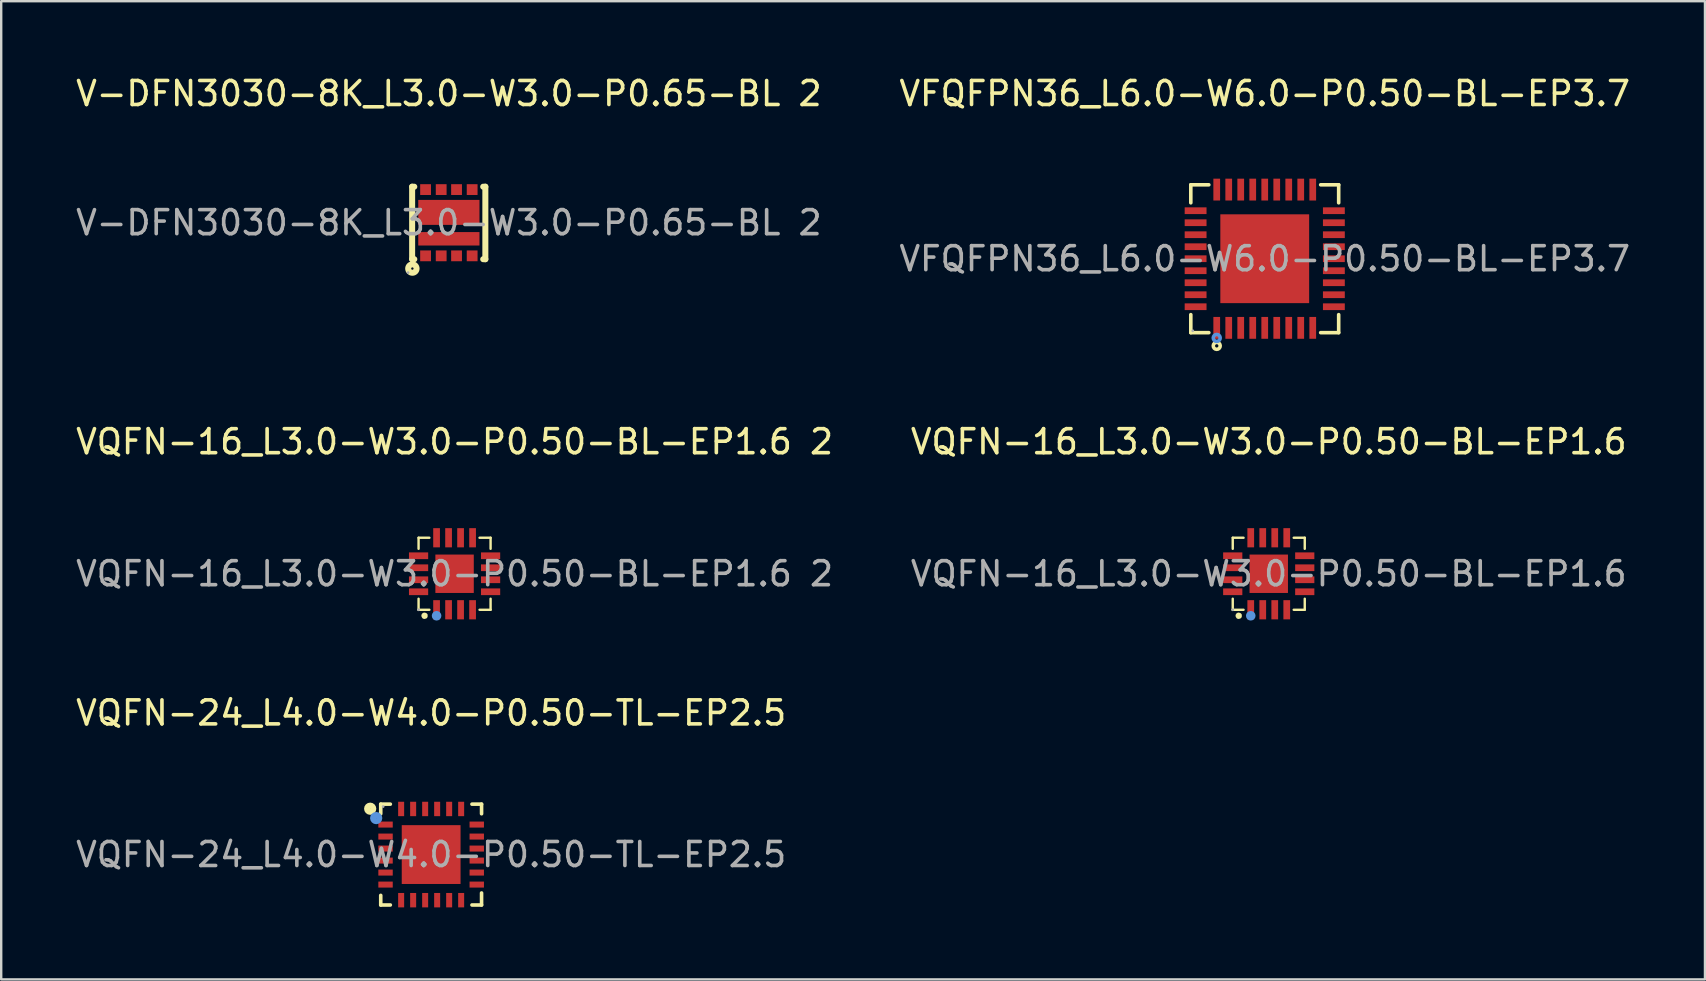
<source format=kicad_pcb>
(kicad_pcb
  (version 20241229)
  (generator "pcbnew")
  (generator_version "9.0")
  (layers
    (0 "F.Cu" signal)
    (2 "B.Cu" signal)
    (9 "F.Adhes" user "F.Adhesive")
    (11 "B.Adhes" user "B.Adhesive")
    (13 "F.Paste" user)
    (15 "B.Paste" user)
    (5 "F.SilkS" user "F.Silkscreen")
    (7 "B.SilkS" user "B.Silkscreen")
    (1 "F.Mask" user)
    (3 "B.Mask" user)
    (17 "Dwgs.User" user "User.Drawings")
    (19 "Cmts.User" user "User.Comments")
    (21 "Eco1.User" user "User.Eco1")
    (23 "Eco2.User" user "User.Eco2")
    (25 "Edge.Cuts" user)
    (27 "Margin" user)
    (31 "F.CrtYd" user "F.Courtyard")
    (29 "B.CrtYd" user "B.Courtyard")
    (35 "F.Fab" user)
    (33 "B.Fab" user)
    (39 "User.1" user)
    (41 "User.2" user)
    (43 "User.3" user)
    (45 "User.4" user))
  (footprint "VQFN-16_L3.0-W3.0-P0.50-BL-EP1.6"
    (layer "F.Cu")
    (at 49.804 20.852)
    (property "Reference" "VQFN-16_L3.0-W3.0-P0.50-BL-EP1.6" (at 0 -5.5 0) (layer "F.SilkS") (effects (font (size 1 1) (thickness 0.15))))
    (attr smd)
    (fp_line (start -1.5 -1.5) (end -1.5 -1.04) (stroke (width 0.1) (type solid)) (layer "F.SilkS"))
    (fp_line (start -1.5 -1.5) (end -1.05 -1.5) (stroke (width 0.1) (type solid)) (layer "F.SilkS"))
    (fp_line (start -1.5 1.04) (end -1.5 1.5) (stroke (width 0.1) (type solid)) (layer "F.SilkS"))
    (fp_line (start -1.5 1.5) (end -1.05 1.5) (stroke (width 0.1) (type solid)) (layer "F.SilkS"))
    (fp_line (start 1.04 -1.5) (end 1.5 -1.5) (stroke (width 0.1) (type solid)) (layer "F.SilkS"))
    (fp_line (start 1.04 1.5) (end 1.5 1.5) (stroke (width 0.1) (type solid)) (layer "F.SilkS"))
    (fp_line (start 1.5 -1.04) (end 1.5 -1.5) (stroke (width 0.1) (type solid)) (layer "F.SilkS"))
    (fp_line (start 1.5 1.5) (end 1.5 1.04) (stroke (width 0.1) (type solid)) (layer "F.SilkS"))
    (fp_arc (start -1.25 1.74) (mid -1.245 1.75866) (end -1.25866 1.745) (stroke (width 0.25) (type solid)) (layer "F.SilkS"))
    (fp_circle (center -0.75 1.75) (end -0.65 1.75) (stroke (width 0.2) (type solid)) (fill no) (layer "Cmts.User"))
    (fp_circle (center -1.5 1.5) (end -1.47 1.5) (stroke (width 0.06) (type solid)) (fill no) (layer "F.Fab"))
    (fp_text user "${REFERENCE}" (at 0 0 0) (layer "F.Fab") (effects (font (size 1 1) (thickness 0.15))))
    (pad "1" smd rect (at -0.75 1.5) (size 0.28 0.8) (layers "F.Cu" "F.Mask" "F.Paste"))
    (pad "2" smd rect (at -0.25 1.5) (size 0.28 0.8) (layers "F.Cu" "F.Mask" "F.Paste"))
    (pad "3" smd rect (at 0.25 1.5) (size 0.28 0.8) (layers "F.Cu" "F.Mask" "F.Paste"))
    (pad "4" smd rect (at 0.75 1.5) (size 0.28 0.8) (layers "F.Cu" "F.Mask" "F.Paste"))
    (pad "5" smd rect (at 1.5 0.75) (size 0.8 0.28) (layers "F.Cu" "F.Mask" "F.Paste"))
    (pad "6" smd rect (at 1.5 0.25) (size 0.8 0.28) (layers "F.Cu" "F.Mask" "F.Paste"))
    (pad "7" smd rect (at 1.5 -0.25) (size 0.8 0.28) (layers "F.Cu" "F.Mask" "F.Paste"))
    (pad "8" smd rect (at 1.5 -0.75) (size 0.8 0.28) (layers "F.Cu" "F.Mask" "F.Paste"))
    (pad "9" smd rect (at 0.75 -1.5) (size 0.28 0.8) (layers "F.Cu" "F.Mask" "F.Paste"))
    (pad "10" smd rect (at 0.25 -1.5) (size 0.28 0.8) (layers "F.Cu" "F.Mask" "F.Paste"))
    (pad "11" smd rect (at -0.25 -1.5) (size 0.28 0.8) (layers "F.Cu" "F.Mask" "F.Paste"))
    (pad "12" smd rect (at -0.75 -1.5) (size 0.28 0.8) (layers "F.Cu" "F.Mask" "F.Paste"))
    (pad "13" smd rect (at -1.5 -0.75) (size 0.8 0.28) (layers "F.Cu" "F.Mask" "F.Paste"))
    (pad "14" smd rect (at -1.5 -0.25) (size 0.8 0.28) (layers "F.Cu" "F.Mask" "F.Paste"))
    (pad "15" smd rect (at -1.5 0.25) (size 0.8 0.28) (layers "F.Cu" "F.Mask" "F.Paste"))
    (pad "16" smd rect (at -1.5 0.75) (size 0.8 0.28) (layers "F.Cu" "F.Mask" "F.Paste"))
    (pad "17" smd rect (at 0 0 90) (size 1.6 1.6) (layers "F.Cu" "F.Mask" "F.Paste")))
  (footprint "VQFN-24_L4.0-W4.0-P0.50-TL-EP2.5"
    (layer "F.Cu")
    (at 14.911 32.55)
    (property "Reference" "VQFN-24_L4.0-W4.0-P0.50-TL-EP2.5" (at 0 -5.9 0) (layer "F.SilkS") (effects (font (size 1 1) (thickness 0.15))))
    (attr smd)
    (fp_line (start -2.1 -2.1) (end -1.7 -2.1) (stroke (width 0.15) (type solid)) (layer "F.SilkS"))
    (fp_line (start -2.1 -1.7) (end -2.1 -2.1) (stroke (width 0.15) (type solid)) (layer "F.SilkS"))
    (fp_line (start -2.1 1.7) (end -2.1 2.1) (stroke (width 0.15) (type solid)) (layer "F.SilkS"))
    (fp_line (start -2.1 2.1) (end -1.7 2.1) (stroke (width 0.15) (type solid)) (layer "F.SilkS"))
    (fp_line (start 1.7 -2.1) (end 2.1 -2.1) (stroke (width 0.15) (type solid)) (layer "F.SilkS"))
    (fp_line (start 2.1 -2.1) (end 2.1 -1.7) (stroke (width 0.15) (type solid)) (layer "F.SilkS"))
    (fp_line (start 2.1 1.6) (end 2.1 2.1) (stroke (width 0.15) (type solid)) (layer "F.SilkS"))
    (fp_line (start 2.1 2.1) (end 1.7 2.1) (stroke (width 0.15) (type solid)) (layer "F.SilkS"))
    (fp_circle (center -2.54 -1.91) (end -2.41 -1.91) (stroke (width 0.25) (type solid)) (fill no) (layer "F.SilkS"))
    (fp_circle (center -2.29 -1.52) (end -2.16 -1.52) (stroke (width 0.25) (type solid)) (fill no) (layer "Cmts.User"))
    (fp_circle (center -2 -2) (end -1.97 -2) (stroke (width 0.06) (type solid)) (fill no) (layer "F.Fab"))
    (fp_text user "${REFERENCE}" (at 0 0 0) (layer "F.Fab") (effects (font (size 1 1) (thickness 0.15))))
    (pad "1" smd rect (at -1.9 -1.25) (size 0.6 0.25) (layers "F.Cu" "F.Mask" "F.Paste"))
    (pad "2" smd rect (at -1.9 -0.75) (size 0.6 0.25) (layers "F.Cu" "F.Mask" "F.Paste"))
    (pad "3" smd rect (at -1.9 -0.25) (size 0.6 0.25) (layers "F.Cu" "F.Mask" "F.Paste"))
    (pad "4" smd rect (at -1.9 0.25) (size 0.6 0.25) (layers "F.Cu" "F.Mask" "F.Paste"))
    (pad "5" smd rect (at -1.9 0.75) (size 0.6 0.25) (layers "F.Cu" "F.Mask" "F.Paste"))
    (pad "6" smd rect (at -1.9 1.25) (size 0.6 0.25) (layers "F.Cu" "F.Mask" "F.Paste"))
    (pad "7" smd rect (at -1.25 1.9) (size 0.25 0.6) (layers "F.Cu" "F.Mask" "F.Paste"))
    (pad "8" smd rect (at -0.75 1.9) (size 0.25 0.6) (layers "F.Cu" "F.Mask" "F.Paste"))
    (pad "9" smd rect (at -0.25 1.9) (size 0.25 0.6) (layers "F.Cu" "F.Mask" "F.Paste"))
    (pad "10" smd rect (at 0.25 1.9) (size 0.25 0.6) (layers "F.Cu" "F.Mask" "F.Paste"))
    (pad "11" smd rect (at 0.75 1.9) (size 0.25 0.6) (layers "F.Cu" "F.Mask" "F.Paste"))
    (pad "12" smd rect (at 1.25 1.9) (size 0.25 0.6) (layers "F.Cu" "F.Mask" "F.Paste"))
    (pad "13" smd rect (at 1.9 1.25) (size 0.6 0.25) (layers "F.Cu" "F.Mask" "F.Paste"))
    (pad "14" smd rect (at 1.9 0.75) (size 0.6 0.25) (layers "F.Cu" "F.Mask" "F.Paste"))
    (pad "15" smd rect (at 1.9 0.25) (size 0.6 0.25) (layers "F.Cu" "F.Mask" "F.Paste"))
    (pad "16" smd rect (at 1.9 -0.25) (size 0.6 0.25) (layers "F.Cu" "F.Mask" "F.Paste"))
    (pad "17" smd rect (at 1.9 -0.75) (size 0.6 0.25) (layers "F.Cu" "F.Mask" "F.Paste"))
    (pad "18" smd rect (at 1.9 -1.25) (size 0.6 0.25) (layers "F.Cu" "F.Mask" "F.Paste"))
    (pad "19" smd rect (at 1.25 -1.9) (size 0.25 0.6) (layers "F.Cu" "F.Mask" "F.Paste"))
    (pad "20" smd rect (at 0.75 -1.9) (size 0.25 0.6) (layers "F.Cu" "F.Mask" "F.Paste"))
    (pad "21" smd rect (at 0.25 -1.9) (size 0.25 0.6) (layers "F.Cu" "F.Mask" "F.Paste"))
    (pad "22" smd rect (at -0.25 -1.9) (size 0.25 0.6) (layers "F.Cu" "F.Mask" "F.Paste"))
    (pad "23" smd rect (at -0.75 -1.9) (size 0.25 0.6) (layers "F.Cu" "F.Mask" "F.Paste"))
    (pad "24" smd rect (at -1.25 -1.9) (size 0.25 0.6) (layers "F.Cu" "F.Mask" "F.Paste"))
    (pad "25" smd rect (at 0 0) (size 2.45 2.45) (layers "F.Cu" "F.Mask" "F.Paste")))
  (footprint "V-DFN3030-8K_L3.0-W3.0-P0.65-BL 2"
    (layer "F.Cu")
    (at 15.649 6.228)
    (property "Reference" "V-DFN3030-8K_L3.0-W3.0-P0.65-BL 2" (at 0 -5.38 0) (layer "F.SilkS") (effects (font (size 1 1) (thickness 0.15))))
    (attr smd)
    (fp_line (start -1.53 -1.5) (end -1.53 1.52) (stroke (width 0.25) (type solid)) (layer "F.SilkS"))
    (fp_line (start -1.53 1.52) (end -1.44 1.52) (stroke (width 0.25) (type solid)) (layer "F.SilkS"))
    (fp_line (start -1.44 -1.5) (end -1.53 -1.5) (stroke (width 0.25) (type solid)) (layer "F.SilkS"))
    (fp_line (start 1.43 1.52) (end 1.52 1.52) (stroke (width 0.25) (type solid)) (layer "F.SilkS"))
    (fp_line (start 1.52 -1.5) (end 1.43 -1.5) (stroke (width 0.25) (type solid)) (layer "F.SilkS"))
    (fp_line (start 1.52 -1.5) (end 1.52 1.5) (stroke (width 0.15) (type solid)) (layer "F.SilkS"))
    (fp_line (start 1.52 1.52) (end 1.52 -1.5) (stroke (width 0.25) (type solid)) (layer "F.SilkS"))
    (fp_circle (center -1.52 1.91) (end -1.47 1.91) (stroke (width 0.25) (type solid)) (fill no) (layer "F.SilkS"))
    (fp_circle (center -1.7 2.08) (end -1.67 2.08) (stroke (width 0.06) (type solid)) (fill no) (layer "F.Fab"))
    (fp_text user "${REFERENCE}" (at 0 0 0) (layer "F.Fab") (effects (font (size 1 1) (thickness 0.15))))
    (pad "1" smd rect (at -0.97 1.38 90) (size 0.45 0.45) (layers "F.Cu" "F.Mask" "F.Paste"))
    (pad "2" smd rect (at -0.32 1.38 90) (size 0.45 0.45) (layers "F.Cu" "F.Mask" "F.Paste"))
    (pad "3" smd rect (at 0.32 1.38 90) (size 0.45 0.45) (layers "F.Cu" "F.Mask" "F.Paste"))
    (pad "4" smd rect (at 0.97 1.38 90) (size 0.45 0.45) (layers "F.Cu" "F.Mask" "F.Paste"))
    (pad "5" smd rect (at 0.97 -1.38 90) (size 0.45 0.45) (layers "F.Cu" "F.Mask" "F.Paste"))
    (pad "6" smd rect (at 0.32 -1.38 90) (size 0.45 0.45) (layers "F.Cu" "F.Mask" "F.Paste"))
    (pad "7" smd rect (at -0.32 -1.38 90) (size 0.45 0.45) (layers "F.Cu" "F.Mask" "F.Paste"))
    (pad "8" smd rect (at -0.97 -1.38 90) (size 0.45 0.45) (layers "F.Cu" "F.Mask" "F.Paste"))
    (pad "9" smd rect (at 0 -0.43 180) (size 2.55 1.04) (layers "F.Cu" "F.Mask" "F.Paste"))
    (pad "10" smd rect (at 0 0.67 180) (size 2.55 0.56) (layers "F.Cu" "F.Mask" "F.Paste")))
  (footprint "VQFN-16_L3.0-W3.0-P0.50-BL-EP1.6 2"
    (layer "F.Cu")
    (at 15.887 20.852)
    (property "Reference" "VQFN-16_L3.0-W3.0-P0.50-BL-EP1.6 2" (at 0 -5.5 0) (layer "F.SilkS") (effects (font (size 1 1) (thickness 0.15))))
    (attr smd)
    (fp_line (start -1.5 -1.5) (end -1.5 -1.04) (stroke (width 0.1) (type solid)) (layer "F.SilkS"))
    (fp_line (start -1.5 -1.5) (end -1.05 -1.5) (stroke (width 0.1) (type solid)) (layer "F.SilkS"))
    (fp_line (start -1.5 1.04) (end -1.5 1.5) (stroke (width 0.1) (type solid)) (layer "F.SilkS"))
    (fp_line (start -1.5 1.5) (end -1.05 1.5) (stroke (width 0.1) (type solid)) (layer "F.SilkS"))
    (fp_line (start 1.04 -1.5) (end 1.5 -1.5) (stroke (width 0.1) (type solid)) (layer "F.SilkS"))
    (fp_line (start 1.04 1.5) (end 1.5 1.5) (stroke (width 0.1) (type solid)) (layer "F.SilkS"))
    (fp_line (start 1.5 -1.04) (end 1.5 -1.5) (stroke (width 0.1) (type solid)) (layer "F.SilkS"))
    (fp_line (start 1.5 1.5) (end 1.5 1.04) (stroke (width 0.1) (type solid)) (layer "F.SilkS"))
    (fp_arc (start -1.25 1.74) (mid -1.245 1.75866) (end -1.25866 1.745) (stroke (width 0.25) (type solid)) (layer "F.SilkS"))
    (fp_circle (center -0.75 1.75) (end -0.65 1.75) (stroke (width 0.2) (type solid)) (fill no) (layer "Cmts.User"))
    (fp_circle (center -1.5 1.5) (end -1.47 1.5) (stroke (width 0.06) (type solid)) (fill no) (layer "F.Fab"))
    (fp_text user "${REFERENCE}" (at 0 0 0) (layer "F.Fab") (effects (font (size 1 1) (thickness 0.15))))
    (pad "1" smd rect (at -0.75 1.5) (size 0.28 0.8) (layers "F.Cu" "F.Mask" "F.Paste"))
    (pad "2" smd rect (at -0.25 1.5) (size 0.28 0.8) (layers "F.Cu" "F.Mask" "F.Paste"))
    (pad "3" smd rect (at 0.25 1.5) (size 0.28 0.8) (layers "F.Cu" "F.Mask" "F.Paste"))
    (pad "4" smd rect (at 0.75 1.5) (size 0.28 0.8) (layers "F.Cu" "F.Mask" "F.Paste"))
    (pad "5" smd rect (at 1.5 0.75) (size 0.8 0.28) (layers "F.Cu" "F.Mask" "F.Paste"))
    (pad "6" smd rect (at 1.5 0.25) (size 0.8 0.28) (layers "F.Cu" "F.Mask" "F.Paste"))
    (pad "7" smd rect (at 1.5 -0.25) (size 0.8 0.28) (layers "F.Cu" "F.Mask" "F.Paste"))
    (pad "8" smd rect (at 1.5 -0.75) (size 0.8 0.28) (layers "F.Cu" "F.Mask" "F.Paste"))
    (pad "9" smd rect (at 0.75 -1.5) (size 0.28 0.8) (layers "F.Cu" "F.Mask" "F.Paste"))
    (pad "10" smd rect (at 0.25 -1.5) (size 0.28 0.8) (layers "F.Cu" "F.Mask" "F.Paste"))
    (pad "11" smd rect (at -0.25 -1.5) (size 0.28 0.8) (layers "F.Cu" "F.Mask" "F.Paste"))
    (pad "12" smd rect (at -0.75 -1.5) (size 0.28 0.8) (layers "F.Cu" "F.Mask" "F.Paste"))
    (pad "13" smd rect (at -1.5 -0.75) (size 0.8 0.28) (layers "F.Cu" "F.Mask" "F.Paste"))
    (pad "14" smd rect (at -1.5 -0.25) (size 0.8 0.28) (layers "F.Cu" "F.Mask" "F.Paste"))
    (pad "15" smd rect (at -1.5 0.25) (size 0.8 0.28) (layers "F.Cu" "F.Mask" "F.Paste"))
    (pad "16" smd rect (at -1.5 0.75) (size 0.8 0.28) (layers "F.Cu" "F.Mask" "F.Paste"))
    (pad "17" smd rect (at 0 0 90) (size 1.6 1.6) (layers "F.Cu" "F.Mask" "F.Paste")))
  (footprint "VFQFPN36_L6.0-W6.0-P0.50-BL-EP3.7"
    (layer "F.Cu")
    (at 49.637 7.728)
    (property "Reference" "VFQFPN36_L6.0-W6.0-P0.50-BL-EP3.7" (at 0 -6.88 0) (layer "F.SilkS") (effects (font (size 1 1) (thickness 0.15))))
    (attr smd)
    (fp_line (start -3.08 -3.08) (end -2.33 -3.08) (stroke (width 0.15) (type solid)) (layer "F.SilkS"))
    (fp_line (start -3.08 -2.33) (end -3.08 -3.08) (stroke (width 0.15) (type solid)) (layer "F.SilkS"))
    (fp_line (start -3.08 2.33) (end -3.08 3.08) (stroke (width 0.15) (type solid)) (layer "F.SilkS"))
    (fp_line (start -3.08 3.08) (end -2.33 3.08) (stroke (width 0.15) (type solid)) (layer "F.SilkS"))
    (fp_line (start 3.08 -3.08) (end 2.33 -3.08) (stroke (width 0.15) (type solid)) (layer "F.SilkS"))
    (fp_line (start 3.08 -2.33) (end 3.08 -3.08) (stroke (width 0.15) (type solid)) (layer "F.SilkS"))
    (fp_line (start 3.08 2.33) (end 3.08 3.08) (stroke (width 0.15) (type solid)) (layer "F.SilkS"))
    (fp_line (start 3.08 3.08) (end 2.33 3.08) (stroke (width 0.15) (type solid)) (layer "F.SilkS"))
    (fp_circle (center -2 3.63) (end -1.93 3.63) (stroke (width 0.15) (type solid)) (fill no) (layer "F.SilkS"))
    (fp_circle (center -2 3.3) (end -1.93 3.3) (stroke (width 0.15) (type solid)) (fill no) (layer "Cmts.User"))
    (fp_circle (center -3 3) (end -2.97 3) (stroke (width 0.06) (type solid)) (fill no) (layer "F.Fab"))
    (fp_text user "${REFERENCE}" (at 0 0 0) (layer "F.Fab") (effects (font (size 1 1) (thickness 0.15))))
    (pad "1" smd rect (at -2 2.88) (size 0.28 0.91) (layers "F.Cu" "F.Mask" "F.Paste"))
    (pad "2" smd rect (at -1.5 2.88) (size 0.28 0.91) (layers "F.Cu" "F.Mask" "F.Paste"))
    (pad "3" smd rect (at -1 2.88) (size 0.28 0.91) (layers "F.Cu" "F.Mask" "F.Paste"))
    (pad "4" smd rect (at -0.5 2.88) (size 0.28 0.91) (layers "F.Cu" "F.Mask" "F.Paste"))
    (pad "5" smd rect (at 0 2.88) (size 0.28 0.91) (layers "F.Cu" "F.Mask" "F.Paste"))
    (pad "6" smd rect (at 0.5 2.88) (size 0.28 0.91) (layers "F.Cu" "F.Mask" "F.Paste"))
    (pad "7" smd rect (at 1 2.88) (size 0.28 0.91) (layers "F.Cu" "F.Mask" "F.Paste"))
    (pad "8" smd rect (at 1.5 2.88) (size 0.28 0.91) (layers "F.Cu" "F.Mask" "F.Paste"))
    (pad "9" smd rect (at 2 2.88) (size 0.28 0.91) (layers "F.Cu" "F.Mask" "F.Paste"))
    (pad "10" smd rect (at 2.88 2) (size 0.91 0.28) (layers "F.Cu" "F.Mask" "F.Paste"))
    (pad "11" smd rect (at 2.88 1.5) (size 0.91 0.28) (layers "F.Cu" "F.Mask" "F.Paste"))
    (pad "12" smd rect (at 2.88 1) (size 0.91 0.28) (layers "F.Cu" "F.Mask" "F.Paste"))
    (pad "13" smd rect (at 2.88 0.5) (size 0.91 0.28) (layers "F.Cu" "F.Mask" "F.Paste"))
    (pad "14" smd rect (at 2.88 0) (size 0.91 0.28) (layers "F.Cu" "F.Mask" "F.Paste"))
    (pad "15" smd rect (at 2.88 -0.5) (size 0.91 0.28) (layers "F.Cu" "F.Mask" "F.Paste"))
    (pad "16" smd rect (at 2.88 -1) (size 0.91 0.28) (layers "F.Cu" "F.Mask" "F.Paste"))
    (pad "17" smd rect (at 2.88 -1.5) (size 0.91 0.28) (layers "F.Cu" "F.Mask" "F.Paste"))
    (pad "18" smd rect (at 2.88 -2) (size 0.91 0.28) (layers "F.Cu" "F.Mask" "F.Paste"))
    (pad "19" smd rect (at 2 -2.88) (size 0.28 0.91) (layers "F.Cu" "F.Mask" "F.Paste"))
    (pad "20" smd rect (at 1.5 -2.88) (size 0.28 0.91) (layers "F.Cu" "F.Mask" "F.Paste"))
    (pad "21" smd rect (at 1 -2.88) (size 0.28 0.91) (layers "F.Cu" "F.Mask" "F.Paste"))
    (pad "22" smd rect (at 0.5 -2.88) (size 0.28 0.91) (layers "F.Cu" "F.Mask" "F.Paste"))
    (pad "23" smd rect (at 0 -2.88) (size 0.28 0.91) (layers "F.Cu" "F.Mask" "F.Paste"))
    (pad "24" smd rect (at -0.5 -2.88) (size 0.28 0.91) (layers "F.Cu" "F.Mask" "F.Paste"))
    (pad "25" smd rect (at -1 -2.88) (size 0.28 0.91) (layers "F.Cu" "F.Mask" "F.Paste"))
    (pad "26" smd rect (at -1.5 -2.88) (size 0.28 0.91) (layers "F.Cu" "F.Mask" "F.Paste"))
    (pad "27" smd rect (at -2 -2.88) (size 0.28 0.91) (layers "F.Cu" "F.Mask" "F.Paste"))
    (pad "28" smd rect (at -2.88 -2) (size 0.91 0.28) (layers "F.Cu" "F.Mask" "F.Paste"))
    (pad "29" smd rect (at -2.88 -1.5) (size 0.91 0.28) (layers "F.Cu" "F.Mask" "F.Paste"))
    (pad "30" smd rect (at -2.88 -1) (size 0.91 0.28) (layers "F.Cu" "F.Mask" "F.Paste"))
    (pad "31" smd rect (at -2.88 -0.5) (size 0.91 0.28) (layers "F.Cu" "F.Mask" "F.Paste"))
    (pad "32" smd rect (at -2.88 0) (size 0.91 0.28) (layers "F.Cu" "F.Mask" "F.Paste"))
    (pad "33" smd rect (at -2.88 0.5) (size 0.91 0.28) (layers "F.Cu" "F.Mask" "F.Paste"))
    (pad "34" smd rect (at -2.88 1) (size 0.91 0.28) (layers "F.Cu" "F.Mask" "F.Paste"))
    (pad "35" smd rect (at -2.88 1.5) (size 0.91 0.28) (layers "F.Cu" "F.Mask" "F.Paste"))
    (pad "36" smd rect (at -2.88 2) (size 0.91 0.28) (layers "F.Cu" "F.Mask" "F.Paste"))
    (pad "37" smd rect (at 0 0) (size 3.7 3.7) (layers "F.Cu" "F.Mask" "F.Paste")))
  (gr_rect
    (start -3 -3)
    (end 67.976 37.75)
    (stroke (width 0.1) (type default))
    (fill no)
    (layer "Edge.Cuts")))
</source>
